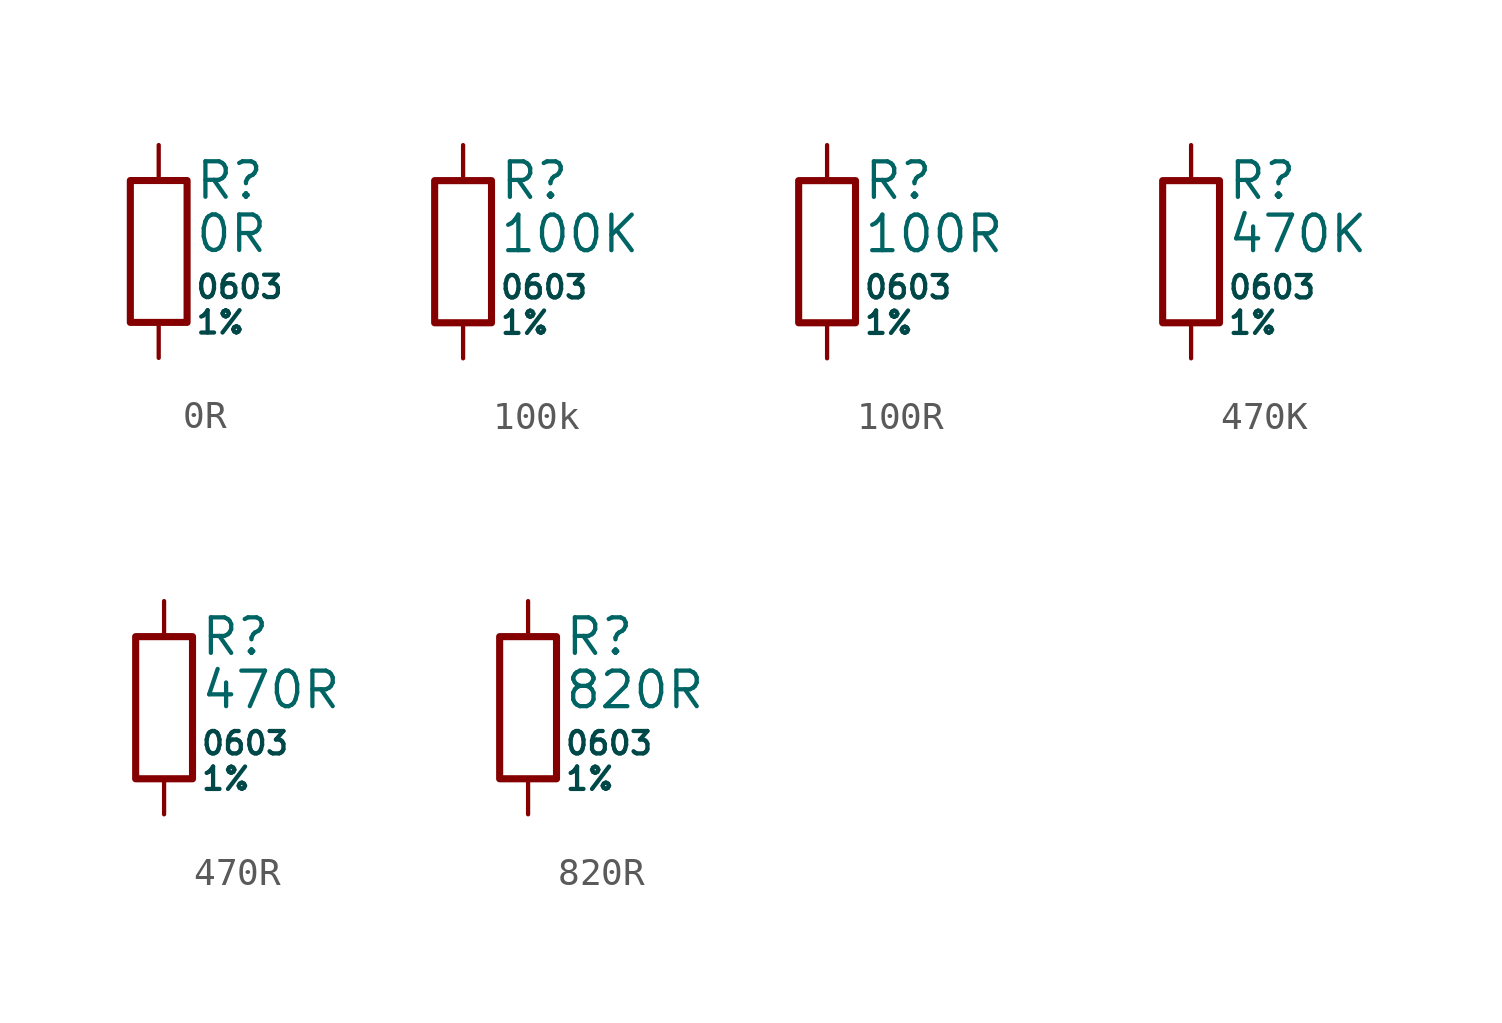
<source format=kicad_sym>
(kicad_symbol_lib
  (version 20220914)
  (generator kicad_symbol_editor)
  (symbol "0R"
    (property "Reference" "R"
      (at 1.27 2.54 0)
      (effects (font (size 1.27 1.27)) (justify left)))
    (property "Value" "0R"
      (at 1.27 0.635 0)
      (effects (font (size 1.27 1.27)) (justify left)))
    (property "Package Size" "0603"
      (at 1.27 -1.27 0)
      (effects (font (size 0.8 0.8) (color 0 72 72 1)) (justify left)))
    (property "Tolerance" "1%"
      (at 1.27 -2.54 0)
      (effects (font (size 0.8 0.8) (color 0 72 72 1)) (justify left)))
    (symbol "0R_0_1"
      (rectangle (start -1.016 2.54) (end 1.016 -2.54) (stroke (width 0.254) (type default)) (fill (type none))))
    (symbol "0R_1_1"
      (pin passive line (at 0 3.81 270) (length 1.27) (name "~" (effects (font (size 1.27 1.27)))) (number "1" (effects (font (size 0 0)))))
      (pin passive line (at 0 -3.81 90) (length 1.27) (name "~" (effects (font (size 1.27 1.27)))) (number "2" (effects (font (size 0 0)))))))
  (symbol "100k"
    (property "Reference" "R"
      (at 1.27 2.54 0)
      (effects (font (size 1.27 1.27)) (justify left)))
    (property "Value" "100K"
      (at 1.27 0.635 0)
      (effects (font (size 1.27 1.27)) (justify left)))
    (property "Package Size" "0603"
      (at 1.27 -1.27 0)
      (effects (font (size 0.8 0.8) (color 0 72 72 1)) (justify left)))
    (property "Tolerance" "1%"
      (at 1.27 -2.54 0)
      (effects (font (size 0.8 0.8) (color 0 72 72 1)) (justify left)))
    (symbol "100k_0_1"
      (rectangle (start -1.016 2.54) (end 1.016 -2.54) (stroke (width 0.254) (type default)) (fill (type none))))
    (symbol "100k_1_1"
      (pin passive line (at 0 3.81 270) (length 1.27) (name "~" (effects (font (size 1.27 1.27)))) (number "1" (effects (font (size 0 0)))))
      (pin passive line (at 0 -3.81 90) (length 1.27) (name "~" (effects (font (size 1.27 1.27)))) (number "2" (effects (font (size 0 0)))))))
  (symbol "100R"
    (property "Reference" "R"
      (at 1.27 2.54 0)
      (effects (font (size 1.27 1.27)) (justify left)))
    (property "Value" "100R"
      (at 1.27 0.635 0)
      (effects (font (size 1.27 1.27)) (justify left)))
    (property "Package Size" "0603"
      (at 1.27 -1.27 0)
      (effects (font (size 0.8 0.8) (color 0 72 72 1)) (justify left)))
    (property "Tolerance" "1%"
      (at 1.27 -2.54 0)
      (effects (font (size 0.8 0.8) (color 0 72 72 1)) (justify left)))
    (symbol "100R_0_1"
      (rectangle (start -1.016 2.54) (end 1.016 -2.54) (stroke (width 0.254) (type default)) (fill (type none))))
    (symbol "100R_1_1"
      (pin passive line (at 0 3.81 270) (length 1.27) (name "~" (effects (font (size 1.27 1.27)))) (number "1" (effects (font (size 0 0)))))
      (pin passive line (at 0 -3.81 90) (length 1.27) (name "~" (effects (font (size 1.27 1.27)))) (number "2" (effects (font (size 0 0)))))))
  (symbol "470K"
    (property "Reference" "R"
      (at 1.27 2.54 0)
      (effects (font (size 1.27 1.27)) (justify left)))
    (property "Value" "470K"
      (at 1.27 0.635 0)
      (effects (font (size 1.27 1.27)) (justify left)))
    (property "Package Size" "0603"
      (at 1.27 -1.27 0)
      (effects (font (size 0.8 0.8) (color 0 72 72 1)) (justify left)))
    (property "Tolerance" "1%"
      (at 1.27 -2.54 0)
      (effects (font (size 0.8 0.8) (color 0 72 72 1)) (justify left)))
    (symbol "470K_0_1"
      (rectangle (start -1.016 2.54) (end 1.016 -2.54) (stroke (width 0.254) (type default)) (fill (type none))))
    (symbol "470K_1_1"
      (pin passive line (at 0 3.81 270) (length 1.27) (name "~" (effects (font (size 1.27 1.27)))) (number "1" (effects (font (size 0 0)))))
      (pin passive line (at 0 -3.81 90) (length 1.27) (name "~" (effects (font (size 1.27 1.27)))) (number "2" (effects (font (size 0 0)))))))
  (symbol "470R"
    (property "Reference" "R"
      (at 1.27 2.54 0)
      (effects (font (size 1.27 1.27)) (justify left)))
    (property "Value" "470R"
      (at 1.27 0.635 0)
      (effects (font (size 1.27 1.27)) (justify left)))
    (property "Package Size" "0603"
      (at 1.27 -1.27 0)
      (effects (font (size 0.8 0.8) (color 0 72 72 1)) (justify left)))
    (property "Tolerance" "1%"
      (at 1.27 -2.54 0)
      (effects (font (size 0.8 0.8) (color 0 72 72 1)) (justify left)))
    (symbol "470R_0_1"
      (rectangle (start -1.016 2.54) (end 1.016 -2.54) (stroke (width 0.254) (type default)) (fill (type none))))
    (symbol "470R_1_1"
      (pin passive line (at 0 3.81 270) (length 1.27) (name "~" (effects (font (size 1.27 1.27)))) (number "1" (effects (font (size 0 0)))))
      (pin passive line (at 0 -3.81 90) (length 1.27) (name "~" (effects (font (size 1.27 1.27)))) (number "2" (effects (font (size 0 0)))))))
  (symbol "820R"
    (property "Reference" "R"
      (at 1.27 2.54 0)
      (effects (font (size 1.27 1.27)) (justify left)))
    (property "Value" "820R"
      (at 1.27 0.635 0)
      (effects (font (size 1.27 1.27)) (justify left)))
    (property "Package Size" "0603"
      (at 1.27 -1.27 0)
      (effects (font (size 0.8 0.8) (color 0 72 72 1)) (justify left)))
    (property "Tolerance" "1%"
      (at 1.27 -2.54 0)
      (effects (font (size 0.8 0.8) (color 0 72 72 1)) (justify left)))
    (symbol "820R_0_1"
      (rectangle (start -1.016 2.54) (end 1.016 -2.54) (stroke (width 0.254) (type default)) (fill (type none))))
    (symbol "820R_1_1"
      (pin passive line (at 0 3.81 270) (length 1.27) (name "~" (effects (font (size 1.27 1.27)))) (number "1" (effects (font (size 0 0)))))
      (pin passive line (at 0 -3.81 90) (length 1.27) (name "~" (effects (font (size 1.27 1.27)))) (number "2" (effects (font (size 0 0))))))))
</source>
